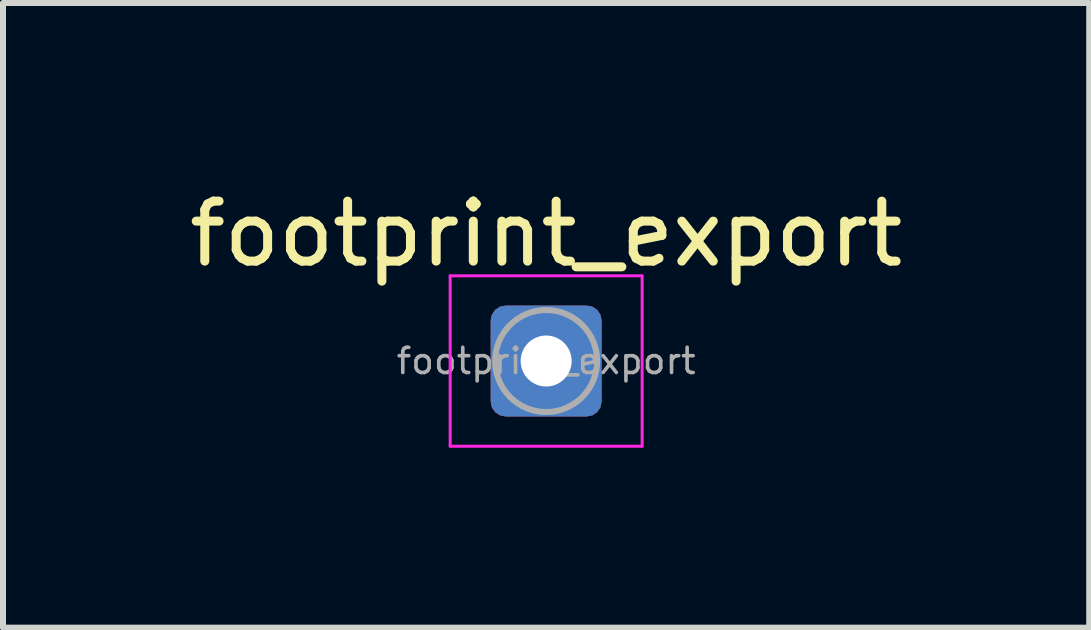
<source format=kicad_pcb>
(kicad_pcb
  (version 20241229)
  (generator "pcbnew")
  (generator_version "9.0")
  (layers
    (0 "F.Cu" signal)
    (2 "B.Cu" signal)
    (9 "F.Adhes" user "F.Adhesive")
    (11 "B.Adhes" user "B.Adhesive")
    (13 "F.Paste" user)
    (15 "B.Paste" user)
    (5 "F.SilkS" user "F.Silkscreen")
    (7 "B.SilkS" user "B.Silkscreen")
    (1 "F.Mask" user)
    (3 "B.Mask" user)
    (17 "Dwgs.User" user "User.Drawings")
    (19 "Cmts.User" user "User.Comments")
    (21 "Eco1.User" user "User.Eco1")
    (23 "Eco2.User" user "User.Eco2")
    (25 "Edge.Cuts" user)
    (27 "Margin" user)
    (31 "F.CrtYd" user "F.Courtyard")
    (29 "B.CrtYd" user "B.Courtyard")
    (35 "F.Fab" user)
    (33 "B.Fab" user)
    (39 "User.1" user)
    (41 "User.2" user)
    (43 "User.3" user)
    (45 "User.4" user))
  (footprint "footprint_export"
    (layer "F.Cu")
    (at 6.054 2.968)
    (property "Reference" "footprint_export" (at 0 -2.12 0) (layer "F.SilkS") (effects (font (size 1 1) (thickness 0.15))))
    (attr exclude_from_pos_files exclude_from_bom)
    (fp_line (start -1.6 -1.42) (end -1.6 1.42) (stroke (width 0.05) (type solid)) (layer "F.CrtYd"))
    (fp_line (start -1.6 1.42) (end 1.6 1.42) (stroke (width 0.05) (type solid)) (layer "F.CrtYd"))
    (fp_line (start 1.6 -1.42) (end -1.6 -1.42) (stroke (width 0.05) (type solid)) (layer "F.CrtYd"))
    (fp_line (start 1.6 1.42) (end 1.6 -1.42) (stroke (width 0.05) (type solid)) (layer "F.CrtYd"))
    (fp_circle (center 0 0) (end 0.85 0) (stroke (width 0.1) (type solid)) (fill no) (layer "F.Fab"))
    (fp_text user "${REFERENCE}" (at 0 0 0) (layer "F.Fab") (effects (font (size 0.42 0.42) (thickness 0.06))))
    (pad "1" thru_hole roundrect (at 0 0) (size 1.85 1.85) (drill 0.85) (layers "*.Cu" "*.Mask") (roundrect_rratio 0.135)))
  (gr_rect
    (start -3 -3)
    (end 15.107 7.413)
    (stroke (width 0.1) (type default))
    (fill no)
    (layer "Edge.Cuts")))
</source>
